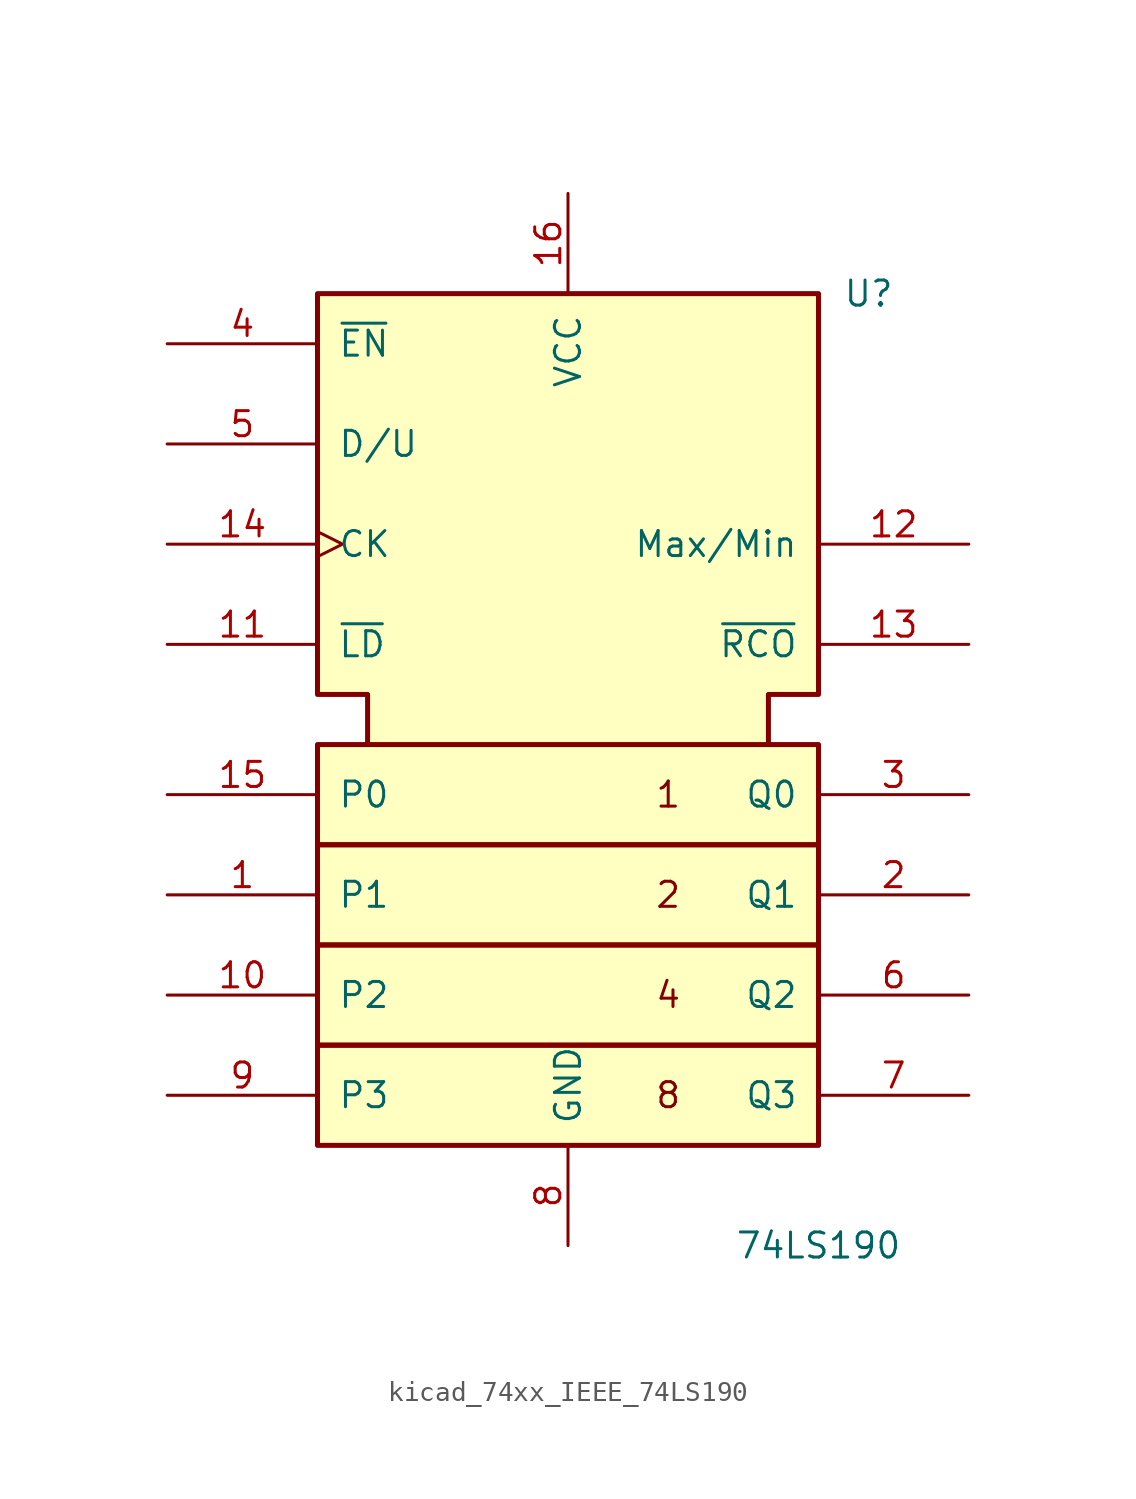
<source format=kicad_sym>
(kicad_symbol_lib
  (version 20220914)
  (generator kicad_symbol_editor)
  (symbol "kicad_74xx_IEEE_74LS190"
    (pin_names
      (offset 1.016))
    (property "Reference" "U"
      (at 15.24 22.86 0)
      (effects (font (size 1.27 1.27))))
    (property "Value" "74LS190"
      (at 12.7 -25.4 0)
      (effects (font (size 1.27 1.27))))
    (symbol "kicad_74xx_IEEE_74LS190_0_0"
      (rectangle (start -12.7 -15.24) (end 12.7 -20.32) (stroke (width 0.254) (type default)) (fill (type background)))
      (rectangle (start -12.7 -10.16) (end 12.7 -15.24) (stroke (width 0.254) (type default)) (fill (type background)))
      (rectangle (start -12.7 -5.08) (end 12.7 -10.16) (stroke (width 0.254) (type default)) (fill (type background)))
      (rectangle (start -12.7 0) (end 12.7 -5.08) (stroke (width 0.254) (type default)) (fill (type background)))
      (polyline (pts (xy -10.16 0) (xy -10.16 2.54) (xy -12.7 2.54) (xy -12.7 22.86) (xy 12.7 22.86) (xy 12.7 2.54) (xy 10.16 2.54) (xy 10.16 0) (xy 10.16 0)) (stroke (width 0.254) (type default)) (fill (type background)))
      (text "1" (at 5.08 -2.54 0) (effects (font (size 1.27 1.27))))
      (text "2" (at 5.08 -7.62 0) (effects (font (size 1.27 1.27))))
      (text "4" (at 5.08 -12.7 0) (effects (font (size 1.27 1.27))))
      (text "8" (at 5.08 -17.78 0) (effects (font (size 1.27 1.27))))
      (pin power_in line (at 0 27.94 270) (length 5.08) (name "VCC" (effects (font (size 1.27 1.27)))) (number "16" (effects (font (size 1.27 1.27)))))
      (pin power_in line (at 0 -25.4 90) (length 5.08) (name "GND" (effects (font (size 1.27 1.27)))) (number "8" (effects (font (size 1.27 1.27))))))
    (symbol "kicad_74xx_IEEE_74LS190_1_1"
      (pin input line (at -20.32 -7.62 0) (length 7.62) (name "P1" (effects (font (size 1.27 1.27)))) (number "1" (effects (font (size 1.27 1.27)))))
      (pin input line (at -20.32 -12.7 0) (length 7.62) (name "P2" (effects (font (size 1.27 1.27)))) (number "10" (effects (font (size 1.27 1.27)))))
      (pin input line (at -20.32 5.08 0) (length 7.62) (name "~{LD}" (effects (font (size 1.27 1.27)))) (number "11" (effects (font (size 1.27 1.27)))))
      (pin output line (at 20.32 10.16 180) (length 7.62) (name "Max/Min" (effects (font (size 1.27 1.27)))) (number "12" (effects (font (size 1.27 1.27)))))
      (pin output line (at 20.32 5.08 180) (length 7.62) (name "~{RCO}" (effects (font (size 1.27 1.27)))) (number "13" (effects (font (size 1.27 1.27)))))
      (pin input clock (at -20.32 10.16 0) (length 7.62) (name "CK" (effects (font (size 1.27 1.27)))) (number "14" (effects (font (size 1.27 1.27)))))
      (pin input line (at -20.32 -2.54 0) (length 7.62) (name "P0" (effects (font (size 1.27 1.27)))) (number "15" (effects (font (size 1.27 1.27)))))
      (pin output line (at 20.32 -7.62 180) (length 7.62) (name "Q1" (effects (font (size 1.27 1.27)))) (number "2" (effects (font (size 1.27 1.27)))))
      (pin output line (at 20.32 -2.54 180) (length 7.62) (name "Q0" (effects (font (size 1.27 1.27)))) (number "3" (effects (font (size 1.27 1.27)))))
      (pin input line (at -20.32 20.32 0) (length 7.62) (name "~{EN}" (effects (font (size 1.27 1.27)))) (number "4" (effects (font (size 1.27 1.27)))))
      (pin input line (at -20.32 15.24 0) (length 7.62) (name "D/U" (effects (font (size 1.27 1.27)))) (number "5" (effects (font (size 1.27 1.27)))))
      (pin output line (at 20.32 -12.7 180) (length 7.62) (name "Q2" (effects (font (size 1.27 1.27)))) (number "6" (effects (font (size 1.27 1.27)))))
      (pin output line (at 20.32 -17.78 180) (length 7.62) (name "Q3" (effects (font (size 1.27 1.27)))) (number "7" (effects (font (size 1.27 1.27)))))
      (pin input line (at -20.32 -17.78 0) (length 7.62) (name "P3" (effects (font (size 1.27 1.27)))) (number "9" (effects (font (size 1.27 1.27))))))))
</source>
